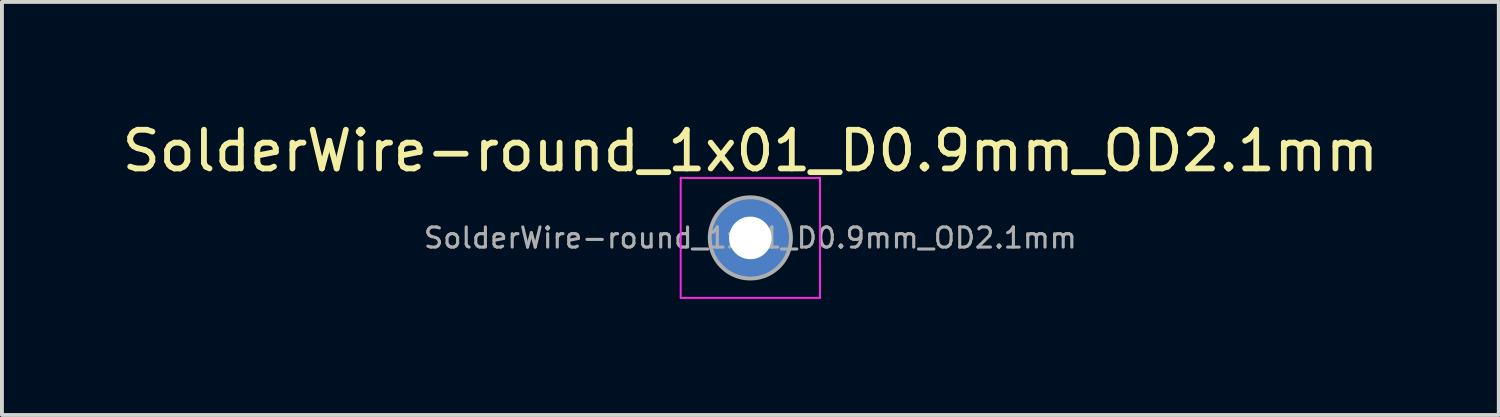
<source format=kicad_pcb>
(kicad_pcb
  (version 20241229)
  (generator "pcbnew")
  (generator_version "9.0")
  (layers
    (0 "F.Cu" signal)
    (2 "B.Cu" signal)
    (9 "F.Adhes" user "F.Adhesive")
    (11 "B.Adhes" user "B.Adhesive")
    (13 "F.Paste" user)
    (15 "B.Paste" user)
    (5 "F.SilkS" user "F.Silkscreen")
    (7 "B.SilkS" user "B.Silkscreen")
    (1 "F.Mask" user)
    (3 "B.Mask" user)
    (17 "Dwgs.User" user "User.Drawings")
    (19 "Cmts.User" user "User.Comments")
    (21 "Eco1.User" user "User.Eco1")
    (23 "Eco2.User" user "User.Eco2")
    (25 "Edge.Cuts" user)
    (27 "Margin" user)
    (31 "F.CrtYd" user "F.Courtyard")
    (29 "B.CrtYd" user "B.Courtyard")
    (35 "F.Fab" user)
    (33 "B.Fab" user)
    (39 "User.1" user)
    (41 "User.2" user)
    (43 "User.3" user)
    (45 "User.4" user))
  (footprint "SolderWire-round_1x01_D0.9mm_OD2.1mm"
    (layer "F.Cu")
    (at 16.339 3.098)
    (property "Reference" "SolderWire-round_1x01_D0.9mm_OD2.1mm" (at 0 -2.25 0) (layer "F.SilkS") (effects (font (size 1 1) (thickness 0.15))))
    (attr exclude_from_pos_files exclude_from_bom)
    (fp_line (start -1.8 -1.55) (end -1.8 1.55) (stroke (width 0.05) (type solid)) (layer "F.CrtYd"))
    (fp_line (start -1.8 1.55) (end 1.8 1.55) (stroke (width 0.05) (type solid)) (layer "F.CrtYd"))
    (fp_line (start 1.8 -1.55) (end -1.8 -1.55) (stroke (width 0.05) (type solid)) (layer "F.CrtYd"))
    (fp_line (start 1.8 1.55) (end 1.8 -1.55) (stroke (width 0.05) (type solid)) (layer "F.CrtYd"))
    (fp_circle (center 0 0) (end 1.05 0) (stroke (width 0.1) (type solid)) (fill no) (layer "F.Fab"))
    (fp_text user "${REFERENCE}" (at 0 0 0) (layer "F.Fab") (effects (font (size 0.52 0.52) (thickness 0.08))))
    (pad "1" thru_hole circle (at 0 0) (size 2.1 2.1) (drill 1.1) (layers "*.Cu" "*.Mask")))
  (gr_rect
    (start -3 -3)
    (end 35.679 7.673)
    (stroke (width 0.1) (type default))
    (fill no)
    (layer "Edge.Cuts")))
</source>
